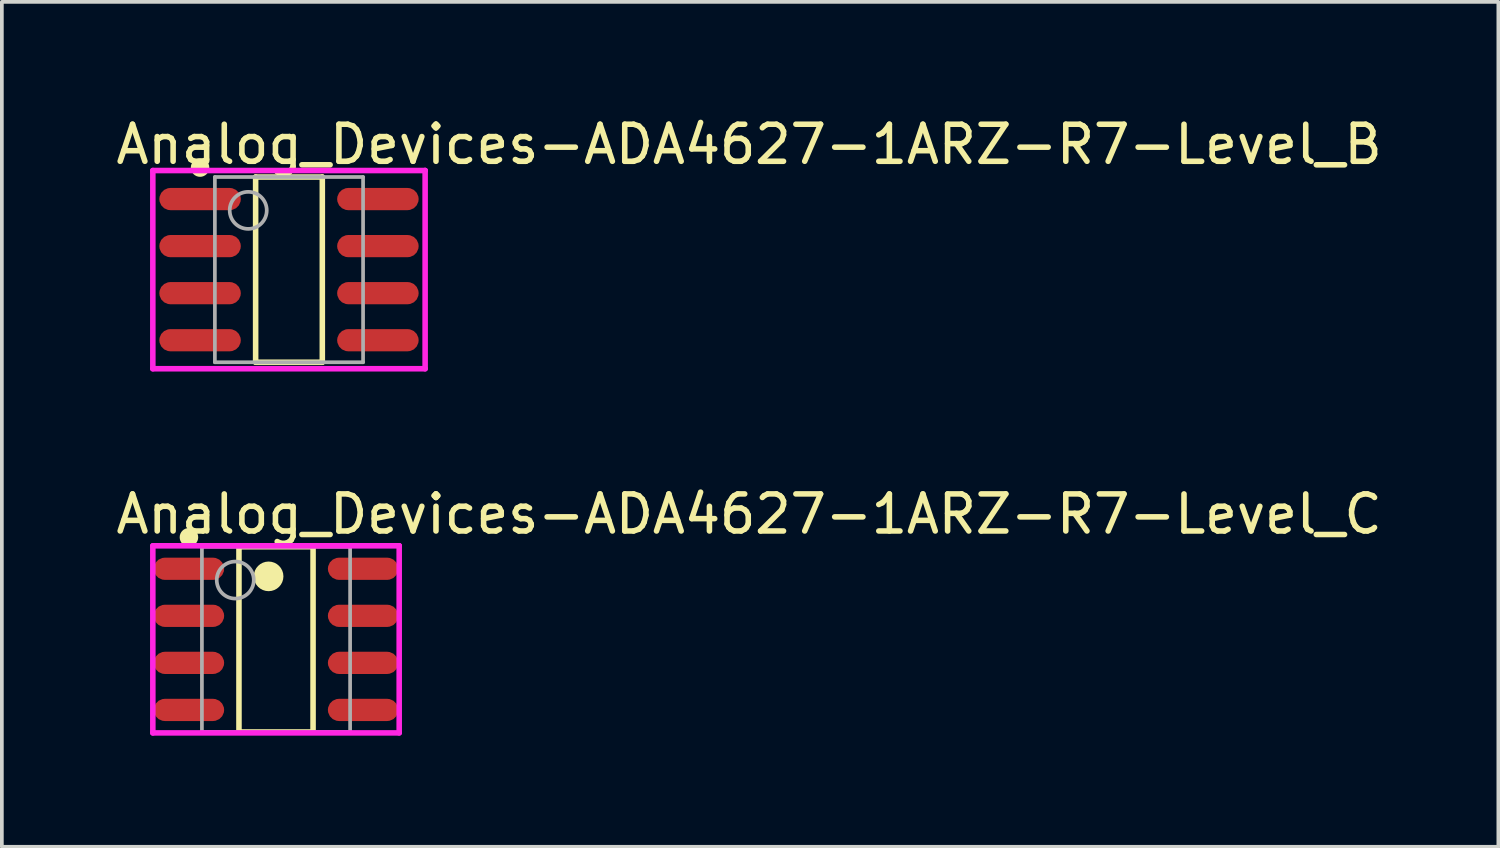
<source format=kicad_pcb>
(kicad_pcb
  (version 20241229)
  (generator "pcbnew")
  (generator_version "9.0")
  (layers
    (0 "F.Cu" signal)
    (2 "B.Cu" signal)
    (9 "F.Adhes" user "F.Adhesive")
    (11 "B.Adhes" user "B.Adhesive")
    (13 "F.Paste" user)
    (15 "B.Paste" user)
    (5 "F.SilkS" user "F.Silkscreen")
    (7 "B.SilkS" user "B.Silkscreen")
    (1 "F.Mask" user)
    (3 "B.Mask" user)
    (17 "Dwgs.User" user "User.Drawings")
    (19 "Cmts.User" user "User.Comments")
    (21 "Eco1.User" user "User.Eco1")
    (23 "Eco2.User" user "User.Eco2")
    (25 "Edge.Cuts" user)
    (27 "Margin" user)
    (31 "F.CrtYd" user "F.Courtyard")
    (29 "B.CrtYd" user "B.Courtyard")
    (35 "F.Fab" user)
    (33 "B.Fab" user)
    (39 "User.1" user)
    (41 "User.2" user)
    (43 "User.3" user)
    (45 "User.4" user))
  (footprint "Analog_Devices-ADA4627-1ARZ-R7-Level_C"
    (layer "F.Cu")
    (at 4.4 14.207)
    (property "Reference" "Analog_Devices-ADA4627-1ARZ-R7-Level_C" (at -4.4 -3.38 0) (layer "F.SilkS") (effects (font (size 1 1) (thickness 0.15)) (justify left)))
    (attr through_hole)
    (fp_line (start -1 -2.5) (end 1 -2.5) (stroke (width 0.15) (type solid)) (layer "F.SilkS"))
    (fp_line (start -1 2.5) (end -1 -2.5) (stroke (width 0.15) (type solid)) (layer "F.SilkS"))
    (fp_line (start -1 2.5) (end 1 2.5) (stroke (width 0.15) (type solid)) (layer "F.SilkS"))
    (fp_line (start 1 2.5) (end 1 -2.5) (stroke (width 0.15) (type solid)) (layer "F.SilkS"))
    (fp_circle (center -2.35 -2.755) (end -2.225 -2.755) (stroke (width 0.25) (type solid)) (fill no) (layer "F.SilkS"))
    (fp_circle (center -0.2 -1.7) (end 0 -1.7) (stroke (width 0.4) (type solid)) (fill no) (layer "F.SilkS"))
    (fp_line (start -3.325 -2.525) (end -3.325 2.525) (stroke (width 0.15) (type solid)) (layer "F.CrtYd"))
    (fp_line (start -3.325 2.525) (end 3.325 2.525) (stroke (width 0.15) (type solid)) (layer "F.CrtYd"))
    (fp_line (start 3.325 -2.525) (end -3.325 -2.525) (stroke (width 0.15) (type solid)) (layer "F.CrtYd"))
    (fp_line (start 3.325 -2.525) (end 3.325 -2.525) (stroke (width 0.15) (type solid)) (layer "F.CrtYd"))
    (fp_line (start 3.325 2.525) (end 3.325 -2.525) (stroke (width 0.15) (type solid)) (layer "F.CrtYd"))
    (fp_line (start -2 -2.5) (end 2 -2.5) (stroke (width 0.1) (type solid)) (layer "F.Fab"))
    (fp_line (start -2 2.5) (end -2 -2.5) (stroke (width 0.1) (type solid)) (layer "F.Fab"))
    (fp_line (start -2 2.5) (end 2 2.5) (stroke (width 0.1) (type solid)) (layer "F.Fab"))
    (fp_line (start 2 2.5) (end 2 -2.5) (stroke (width 0.1) (type solid)) (layer "F.Fab"))
    (fp_circle (center -1.1 -1.6) (end -0.6 -1.6) (stroke (width 0.1) (type solid)) (fill no) (layer "F.Fab"))
    (pad "1" smd roundrect (at -2.35 -1.905 270) (size 0.6 1.9) (layers "F.Cu" "F.Mask" "F.Paste") (roundrect_rratio 0.5))
    (pad "2" smd roundrect (at -2.35 -0.635 270) (size 0.6 1.9) (layers "F.Cu" "F.Mask" "F.Paste") (roundrect_rratio 0.5))
    (pad "3" smd roundrect (at -2.35 0.635 270) (size 0.6 1.9) (layers "F.Cu" "F.Mask" "F.Paste") (roundrect_rratio 0.5))
    (pad "4" smd roundrect (at -2.35 1.905 270) (size 0.6 1.9) (layers "F.Cu" "F.Mask" "F.Paste") (roundrect_rratio 0.5))
    (pad "5" smd roundrect (at 2.35 1.905 270) (size 0.6 1.9) (layers "F.Cu" "F.Mask" "F.Paste") (roundrect_rratio 0.5))
    (pad "6" smd roundrect (at 2.35 0.635 270) (size 0.6 1.9) (layers "F.Cu" "F.Mask" "F.Paste") (roundrect_rratio 0.5))
    (pad "7" smd roundrect (at 2.35 -0.635 270) (size 0.6 1.9) (layers "F.Cu" "F.Mask" "F.Paste") (roundrect_rratio 0.5))
    (pad "8" smd roundrect (at 2.35 -1.905 270) (size 0.6 1.9) (layers "F.Cu" "F.Mask" "F.Paste") (roundrect_rratio 0.5)))
  (footprint "Analog_Devices-ADA4627-1ARZ-R7-Level_B"
    (layer "F.Cu")
    (at 4.75 4.228)
    (property "Reference" "Analog_Devices-ADA4627-1ARZ-R7-Level_B" (at -4.75 -3.38 0) (layer "F.SilkS") (effects (font (size 1 1) (thickness 0.15)) (justify left)))
    (attr through_hole)
    (fp_line (start -0.9 -2.5) (end 0.9 -2.5) (stroke (width 0.15) (type solid)) (layer "F.SilkS"))
    (fp_line (start -0.9 2.5) (end -0.9 -2.5) (stroke (width 0.15) (type solid)) (layer "F.SilkS"))
    (fp_line (start -0.9 2.5) (end 0.9 2.5) (stroke (width 0.15) (type solid)) (layer "F.SilkS"))
    (fp_line (start 0.9 2.5) (end 0.9 -2.5) (stroke (width 0.15) (type solid)) (layer "F.SilkS"))
    (fp_circle (center -2.4 -2.755) (end -2.275 -2.755) (stroke (width 0.25) (type solid)) (fill no) (layer "F.SilkS"))
    (fp_line (start -3.675 -2.675) (end -3.675 2.675) (stroke (width 0.15) (type solid)) (layer "F.CrtYd"))
    (fp_line (start -3.675 2.675) (end 3.675 2.675) (stroke (width 0.15) (type solid)) (layer "F.CrtYd"))
    (fp_line (start 3.675 -2.675) (end -3.675 -2.675) (stroke (width 0.15) (type solid)) (layer "F.CrtYd"))
    (fp_line (start 3.675 -2.675) (end 3.675 -2.675) (stroke (width 0.15) (type solid)) (layer "F.CrtYd"))
    (fp_line (start 3.675 2.675) (end 3.675 -2.675) (stroke (width 0.15) (type solid)) (layer "F.CrtYd"))
    (fp_line (start -2 -2.5) (end 2 -2.5) (stroke (width 0.1) (type solid)) (layer "F.Fab"))
    (fp_line (start -2 2.5) (end -2 -2.5) (stroke (width 0.1) (type solid)) (layer "F.Fab"))
    (fp_line (start -2 2.5) (end 2 2.5) (stroke (width 0.1) (type solid)) (layer "F.Fab"))
    (fp_line (start 2 2.5) (end 2 -2.5) (stroke (width 0.1) (type solid)) (layer "F.Fab"))
    (fp_circle (center -1.1 -1.6) (end -0.6 -1.6) (stroke (width 0.1) (type solid)) (fill no) (layer "F.Fab"))
    (pad "1" smd roundrect (at -2.4 -1.905 270) (size 0.6 2.2) (layers "F.Cu" "F.Mask" "F.Paste") (roundrect_rratio 0.5))
    (pad "2" smd roundrect (at -2.4 -0.635 270) (size 0.6 2.2) (layers "F.Cu" "F.Mask" "F.Paste") (roundrect_rratio 0.5))
    (pad "3" smd roundrect (at -2.4 0.635 270) (size 0.6 2.2) (layers "F.Cu" "F.Mask" "F.Paste") (roundrect_rratio 0.5))
    (pad "4" smd roundrect (at -2.4 1.905 270) (size 0.6 2.2) (layers "F.Cu" "F.Mask" "F.Paste") (roundrect_rratio 0.5))
    (pad "5" smd roundrect (at 2.4 1.905 270) (size 0.6 2.2) (layers "F.Cu" "F.Mask" "F.Paste") (roundrect_rratio 0.5))
    (pad "6" smd roundrect (at 2.4 0.635 270) (size 0.6 2.2) (layers "F.Cu" "F.Mask" "F.Paste") (roundrect_rratio 0.5))
    (pad "7" smd roundrect (at 2.4 -0.635 270) (size 0.6 2.2) (layers "F.Cu" "F.Mask" "F.Paste") (roundrect_rratio 0.5))
    (pad "8" smd roundrect (at 2.4 -1.905 270) (size 0.6 2.2) (layers "F.Cu" "F.Mask" "F.Paste") (roundrect_rratio 0.5)))
  (gr_rect
    (start -3 -3)
    (end 37.393 19.807)
    (stroke (width 0.1) (type default))
    (fill no)
    (layer "Edge.Cuts")))
</source>
